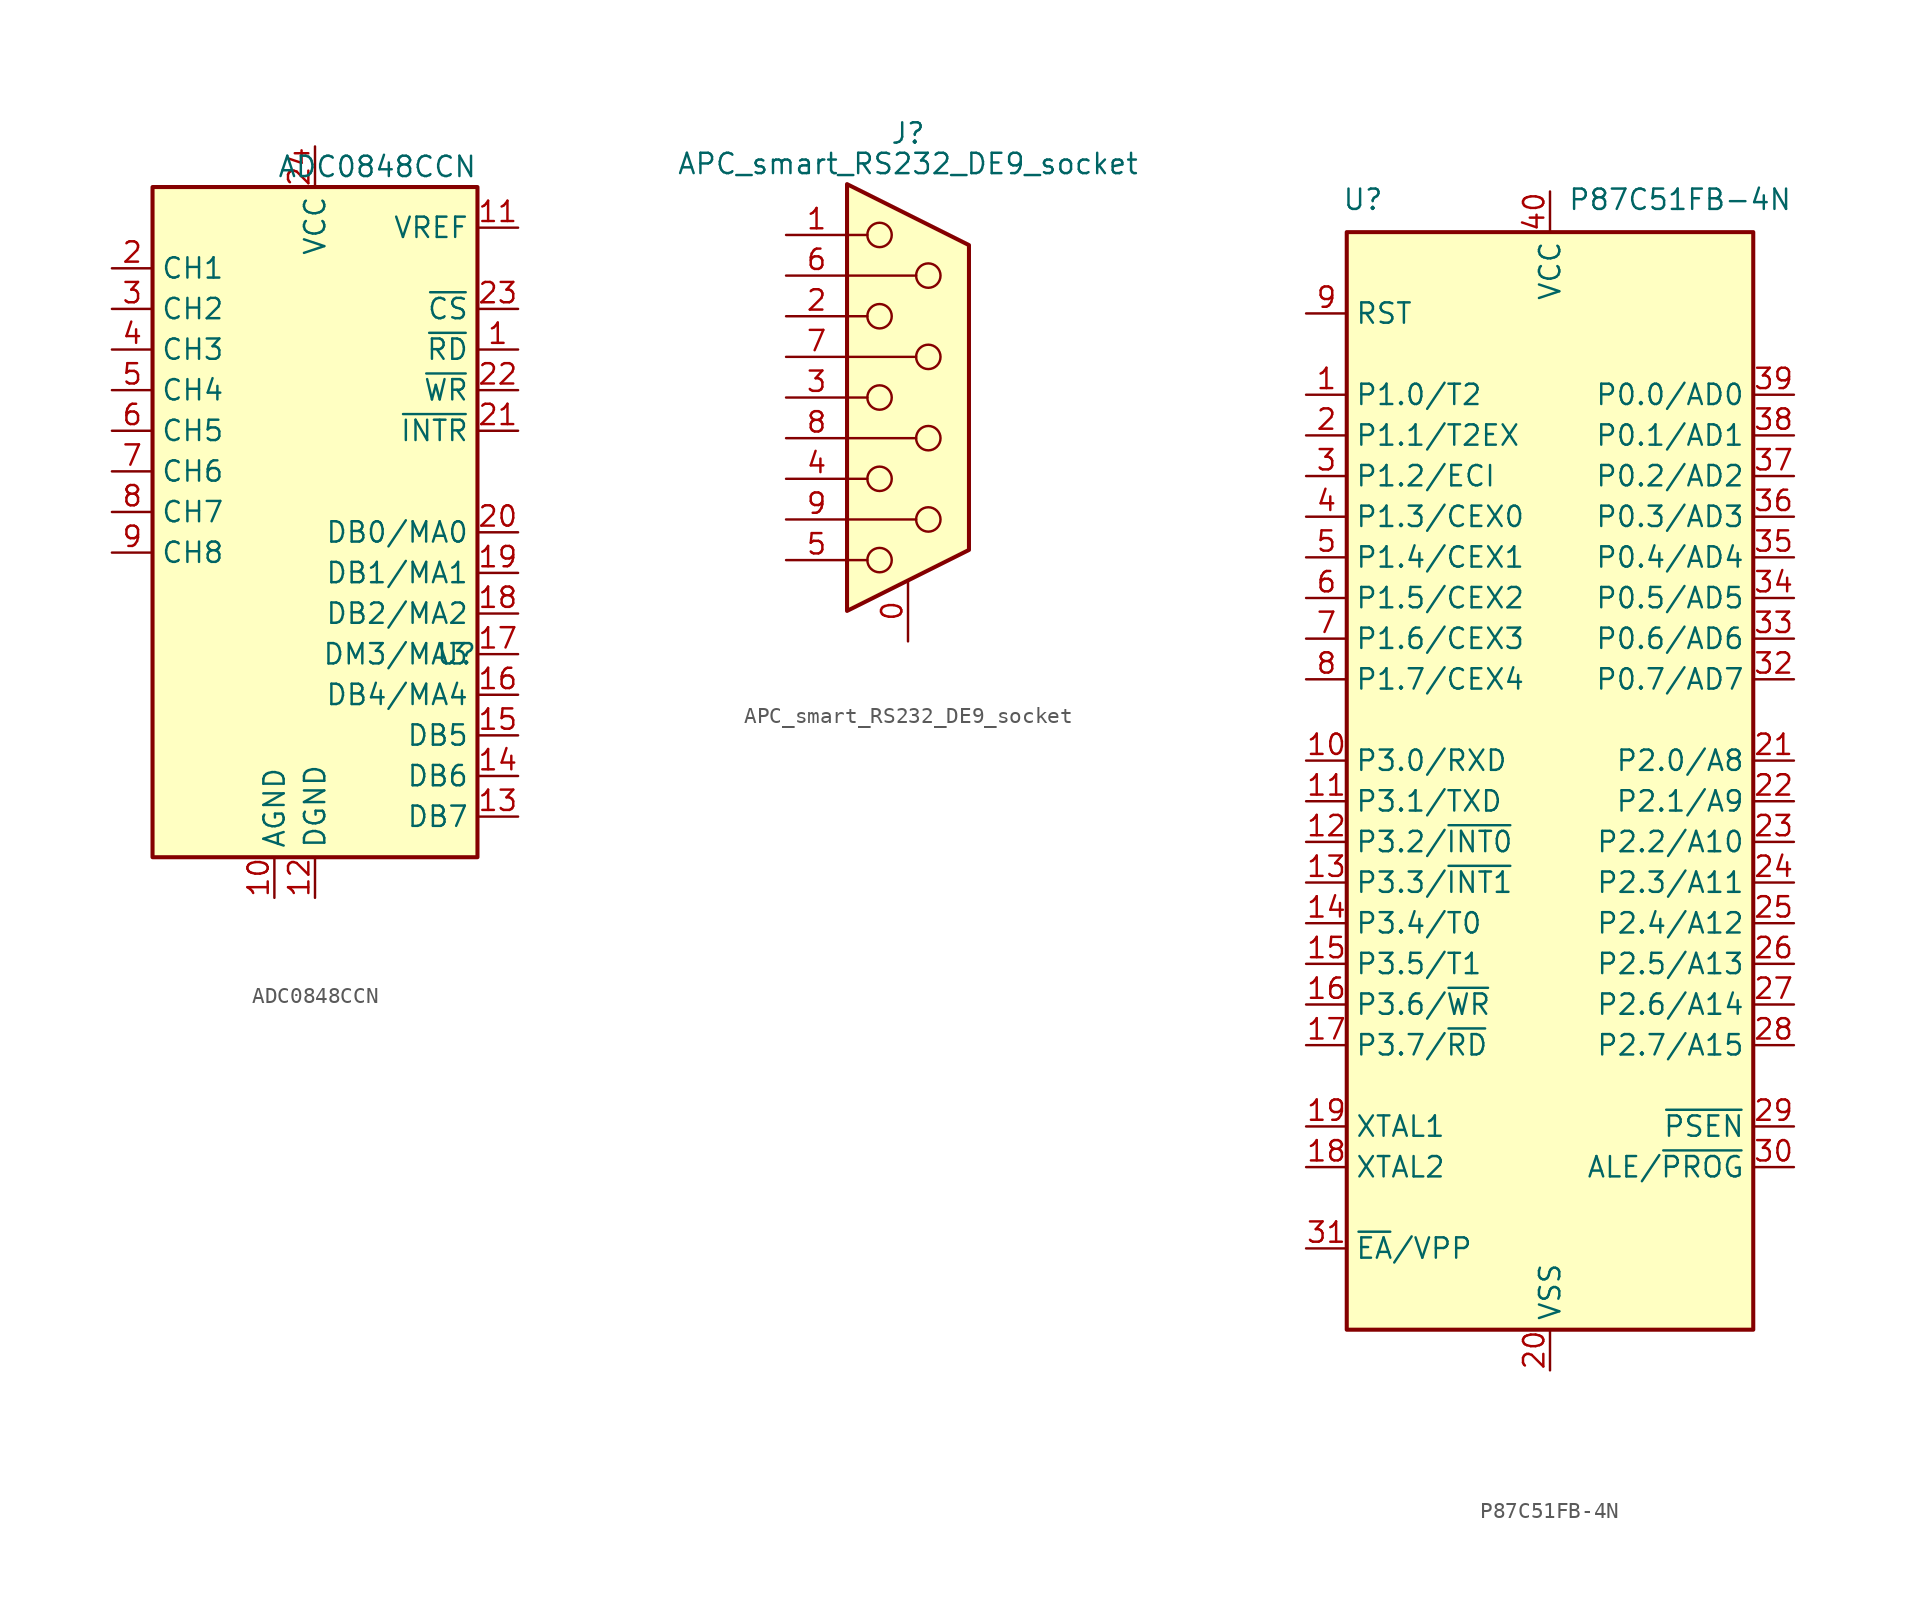
<source format=kicad_sym>
(kicad_symbol_lib
  (version 20241209)
  (generator "kicad_symbol_editor")
  (generator_version "9.0")
  (symbol "ADC0848CCN"
    (property "Reference" "U"
      (at 10.16 -13.97 0)
      (effects (font (size 1.27 1.27)) (justify right)))
    (property "Value" "ADC0848CCN"
      (at 10.16 16.51 0)
      (effects (font (size 1.27 1.27)) (justify right)))
    (symbol "ADC0848CCN_0_1"
      (rectangle (start -10.16 15.24) (end 10.16 -26.67) (stroke (width 0.254) (type default)) (fill (type background))))
    (symbol "ADC0848CCN_1_1"
      (pin input line (at -12.7 10.16 0) (length 2.54) (name "CH1" (effects (font (size 1.27 1.27)))) (number "2" (effects (font (size 1.27 1.27)))))
      (pin input line (at -12.7 7.62 0) (length 2.54) (name "CH2" (effects (font (size 1.27 1.27)))) (number "3" (effects (font (size 1.27 1.27)))))
      (pin input line (at -12.7 5.08 0) (length 2.54) (name "CH3" (effects (font (size 1.27 1.27)))) (number "4" (effects (font (size 1.27 1.27)))))
      (pin input line (at -12.7 2.54 0) (length 2.54) (name "CH4" (effects (font (size 1.27 1.27)))) (number "5" (effects (font (size 1.27 1.27)))))
      (pin input line (at -12.7 0 0) (length 2.54) (name "CH5" (effects (font (size 1.27 1.27)))) (number "6" (effects (font (size 1.27 1.27)))))
      (pin input line (at -12.7 -2.54 0) (length 2.54) (name "CH6" (effects (font (size 1.27 1.27)))) (number "7" (effects (font (size 1.27 1.27)))))
      (pin input line (at -12.7 -5.08 0) (length 2.54) (name "CH7" (effects (font (size 1.27 1.27)))) (number "8" (effects (font (size 1.27 1.27)))))
      (pin input line (at -12.7 -7.62 0) (length 2.54) (name "CH8" (effects (font (size 1.27 1.27)))) (number "9" (effects (font (size 1.27 1.27)))))
      (pin power_in line (at -2.54 -29.21 90) (length 2.54) (name "AGND" (effects (font (size 1.27 1.27)))) (number "10" (effects (font (size 1.27 1.27)))))
      (pin power_in line (at 0 17.78 270) (length 2.54) (name "VCC" (effects (font (size 1.27 1.27)))) (number "24" (effects (font (size 1.27 1.27)))))
      (pin power_in line (at 0 -29.21 90) (length 2.54) (name "DGND" (effects (font (size 1.27 1.27)))) (number "12" (effects (font (size 1.27 1.27)))))
      (pin power_in line (at 12.7 12.7 180) (length 2.54) (name "VREF" (effects (font (size 1.27 1.27)))) (number "11" (effects (font (size 1.27 1.27)))))
      (pin input line (at 12.7 7.62 180) (length 2.54) (name "~{CS}" (effects (font (size 1.27 1.27)))) (number "23" (effects (font (size 1.27 1.27)))))
      (pin input line (at 12.7 5.08 180) (length 2.54) (name "~{RD}" (effects (font (size 1.27 1.27)))) (number "1" (effects (font (size 1.27 1.27)))))
      (pin input line (at 12.7 2.54 180) (length 2.54) (name "~{WR}" (effects (font (size 1.27 1.27)))) (number "22" (effects (font (size 1.27 1.27)))))
      (pin input line (at 12.7 0 180) (length 2.54) (name "~{INTR}" (effects (font (size 1.27 1.27)))) (number "21" (effects (font (size 1.27 1.27)))))
      (pin tri_state line (at 12.7 -6.35 180) (length 2.54) (name "DB0/MA0" (effects (font (size 1.27 1.27)))) (number "20" (effects (font (size 1.27 1.27)))))
      (pin tri_state line (at 12.7 -8.89 180) (length 2.54) (name "DB1/MA1" (effects (font (size 1.27 1.27)))) (number "19" (effects (font (size 1.27 1.27)))))
      (pin tri_state line (at 12.7 -11.43 180) (length 2.54) (name "DB2/MA2" (effects (font (size 1.27 1.27)))) (number "18" (effects (font (size 1.27 1.27)))))
      (pin tri_state line (at 12.7 -13.97 180) (length 2.54) (name "DM3/MA3" (effects (font (size 1.27 1.27)))) (number "17" (effects (font (size 1.27 1.27)))))
      (pin tri_state line (at 12.7 -16.51 180) (length 2.54) (name "DB4/MA4" (effects (font (size 1.27 1.27)))) (number "16" (effects (font (size 1.27 1.27)))))
      (pin tri_state line (at 12.7 -19.05 180) (length 2.54) (name "DB5" (effects (font (size 1.27 1.27)))) (number "15" (effects (font (size 1.27 1.27)))))
      (pin tri_state line (at 12.7 -21.59 180) (length 2.54) (name "DB6" (effects (font (size 1.27 1.27)))) (number "14" (effects (font (size 1.27 1.27)))))
      (pin tri_state line (at 12.7 -24.13 180) (length 2.54) (name "DB7" (effects (font (size 1.27 1.27)))) (number "13" (effects (font (size 1.27 1.27)))))))
  (symbol "APC_smart_RS232_DE9_socket"
    (pin_names
      (offset 1.016)
      (hide yes))
    (property "Reference" "J"
      (at 0 16.51 0)
      (effects (font (size 1.27 1.27))))
    (property "Value" "APC_smart_RS232_DE9_socket"
      (at 0 14.605 0)
      (effects (font (size 1.27 1.27))))
    (symbol "APC_smart_RS232_DE9_socket_0_1"
      (polyline (pts (xy -3.81 13.335) (xy -3.81 -13.335) (xy 3.81 -9.525) (xy 3.81 9.525) (xy -3.81 13.335)) (stroke (width 0.254) (type default)) (fill (type background)))
      (polyline (pts (xy -3.81 10.16) (xy -2.54 10.16)) (stroke (width 0) (type default)) (fill (type none)))
      (polyline (pts (xy -3.81 7.62) (xy 0.508 7.62)) (stroke (width 0) (type default)) (fill (type none)))
      (polyline (pts (xy -3.81 5.08) (xy -2.54 5.08)) (stroke (width 0) (type default)) (fill (type none)))
      (polyline (pts (xy -3.81 2.54) (xy 0.508 2.54)) (stroke (width 0) (type default)) (fill (type none)))
      (polyline (pts (xy -3.81 0) (xy -2.54 0)) (stroke (width 0) (type default)) (fill (type none)))
      (polyline (pts (xy -3.81 -2.54) (xy 0.508 -2.54)) (stroke (width 0) (type default)) (fill (type none)))
      (polyline (pts (xy -3.81 -5.08) (xy -2.54 -5.08)) (stroke (width 0) (type default)) (fill (type none)))
      (polyline (pts (xy -3.81 -7.62) (xy 0.508 -7.62)) (stroke (width 0) (type default)) (fill (type none)))
      (polyline (pts (xy -3.81 -10.16) (xy -2.54 -10.16)) (stroke (width 0) (type default)) (fill (type none)))
      (circle (center -1.778 10.16) (radius 0.762) (stroke (width 0) (type default)) (fill (type none)))
      (circle (center -1.778 5.08) (radius 0.762) (stroke (width 0) (type default)) (fill (type none)))
      (circle (center -1.778 0) (radius 0.762) (stroke (width 0) (type default)) (fill (type none)))
      (circle (center -1.778 -5.08) (radius 0.762) (stroke (width 0) (type default)) (fill (type none)))
      (circle (center -1.778 -10.16) (radius 0.762) (stroke (width 0) (type default)) (fill (type none)))
      (circle (center 1.27 7.62) (radius 0.762) (stroke (width 0) (type default)) (fill (type none)))
      (circle (center 1.27 2.54) (radius 0.762) (stroke (width 0) (type default)) (fill (type none)))
      (circle (center 1.27 -2.54) (radius 0.762) (stroke (width 0) (type default)) (fill (type none)))
      (circle (center 1.27 -7.62) (radius 0.762) (stroke (width 0) (type default)) (fill (type none))))
    (symbol "APC_smart_RS232_DE9_socket_1_1"
      (pin passive line (at -7.62 10.16 0) (length 3.81) (name "TXD" (effects (font (size 1.27 1.27)))) (number "1" (effects (font (size 1.27 1.27)))))
      (pin passive line (at -7.62 7.62 0) (length 3.81) (name "6" (effects (font (size 1.27 1.27)))) (number "6" (effects (font (size 1.27 1.27)))))
      (pin passive line (at -7.62 5.08 0) (length 3.81) (name "RXD" (effects (font (size 1.27 1.27)))) (number "2" (effects (font (size 1.27 1.27)))))
      (pin passive line (at -7.62 2.54 0) (length 3.81) (name "7" (effects (font (size 1.27 1.27)))) (number "7" (effects (font (size 1.27 1.27)))))
      (pin passive line (at -7.62 0 0) (length 3.81) (name "3" (effects (font (size 1.27 1.27)))) (number "3" (effects (font (size 1.27 1.27)))))
      (pin passive line (at -7.62 -2.54 0) (length 3.81) (name "8" (effects (font (size 1.27 1.27)))) (number "8" (effects (font (size 1.27 1.27)))))
      (pin passive line (at -7.62 -5.08 0) (length 3.81) (name "4" (effects (font (size 1.27 1.27)))) (number "4" (effects (font (size 1.27 1.27)))))
      (pin passive line (at -7.62 -7.62 0) (length 3.81) (name "9" (effects (font (size 1.27 1.27)))) (number "9" (effects (font (size 1.27 1.27)))))
      (pin passive line (at -7.62 -10.16 0) (length 3.81) (name "5" (effects (font (size 1.27 1.27)))) (number "5" (effects (font (size 1.27 1.27)))))
      (pin passive line (at 0 -15.24 90) (length 3.81) (name "GND" (effects (font (size 1.27 1.27)))) (number "0" (effects (font (size 1.27 1.27)))))))
  (symbol "P87C51FB-4N"
    (property "Reference" "U"
      (at -11.684 35.052 0)
      (effects (font (size 1.27 1.27))))
    (property "Value" "P87C51FB-4N"
      (at 8.128 35.052 0)
      (effects (font (size 1.27 1.27))))
    (symbol "P87C51FB-4N_1_0"
      (pin bidirectional line (at -15.24 17.78 0) (length 2.54) (name "P1.2/ECI" (effects (font (size 1.27 1.27)))) (number "3" (effects (font (size 1.27 1.27))))))
    (symbol "P87C51FB-4N_1_1"
      (polyline (pts (xy -12.7 33.02) (xy 12.7 33.02) (xy 12.7 -35.56) (xy -12.7 -35.56) (xy -12.7 33.02)) (stroke (width 0.254) (type default)) (fill (type background)))
      (pin input line (at -15.24 27.94 0) (length 2.54) (name "RST" (effects (font (size 1.27 1.27)))) (number "9" (effects (font (size 1.27 1.27)))))
      (pin bidirectional line (at -15.24 22.86 0) (length 2.54) (name "P1.0/T2" (effects (font (size 1.27 1.27)))) (number "1" (effects (font (size 1.27 1.27)))))
      (pin bidirectional line (at -15.24 20.32 0) (length 2.54) (name "P1.1/T2EX" (effects (font (size 1.27 1.27)))) (number "2" (effects (font (size 1.27 1.27)))))
      (pin bidirectional line (at -15.24 15.24 0) (length 2.54) (name "P1.3/CEX0" (effects (font (size 1.27 1.27)))) (number "4" (effects (font (size 1.27 1.27)))))
      (pin bidirectional line (at -15.24 12.7 0) (length 2.54) (name "P1.4/CEX1" (effects (font (size 1.27 1.27)))) (number "5" (effects (font (size 1.27 1.27)))))
      (pin bidirectional line (at -15.24 10.16 0) (length 2.54) (name "P1.5/CEX2" (effects (font (size 1.27 1.27)))) (number "6" (effects (font (size 1.27 1.27)))) (alternate "MOSI" output line))
      (pin bidirectional line (at -15.24 7.62 0) (length 2.54) (name "P1.6/CEX3" (effects (font (size 1.27 1.27)))) (number "7" (effects (font (size 1.27 1.27)))) (alternate "MISO" input line))
      (pin bidirectional line (at -15.24 5.08 0) (length 2.54) (name "P1.7/CEX4" (effects (font (size 1.27 1.27)))) (number "8" (effects (font (size 1.27 1.27)))))
      (pin bidirectional line (at -15.24 0 0) (length 2.54) (name "P3.0/RXD" (effects (font (size 1.27 1.27)))) (number "10" (effects (font (size 1.27 1.27)))) (alternate "RXD" input line))
      (pin bidirectional line (at -15.24 -2.54 0) (length 2.54) (name "P3.1/TXD" (effects (font (size 1.27 1.27)))) (number "11" (effects (font (size 1.27 1.27)))) (alternate "TXD" output line))
      (pin bidirectional line (at -15.24 -5.08 0) (length 2.54) (name "P3.2/~{INT0}" (effects (font (size 1.27 1.27)))) (number "12" (effects (font (size 1.27 1.27)))) (alternate "~{INT0}" input line))
      (pin bidirectional line (at -15.24 -7.62 0) (length 2.54) (name "P3.3/~{INT1}" (effects (font (size 1.27 1.27)))) (number "13" (effects (font (size 1.27 1.27)))) (alternate "~{INT1}" input line))
      (pin bidirectional line (at -15.24 -10.16 0) (length 2.54) (name "P3.4/T0" (effects (font (size 1.27 1.27)))) (number "14" (effects (font (size 1.27 1.27)))) (alternate "T0" input line))
      (pin bidirectional line (at -15.24 -12.7 0) (length 2.54) (name "P3.5/T1" (effects (font (size 1.27 1.27)))) (number "15" (effects (font (size 1.27 1.27)))) (alternate "T1" input line))
      (pin bidirectional line (at -15.24 -15.24 0) (length 2.54) (name "P3.6/~{WR}" (effects (font (size 1.27 1.27)))) (number "16" (effects (font (size 1.27 1.27)))) (alternate "~{WR}" output line))
      (pin bidirectional line (at -15.24 -17.78 0) (length 2.54) (name "P3.7/~{RD}" (effects (font (size 1.27 1.27)))) (number "17" (effects (font (size 1.27 1.27)))) (alternate "~{RD}" input line))
      (pin input line (at -15.24 -22.86 0) (length 2.54) (name "XTAL1" (effects (font (size 1.27 1.27)))) (number "19" (effects (font (size 1.27 1.27)))))
      (pin output line (at -15.24 -25.4 0) (length 2.54) (name "XTAL2" (effects (font (size 1.27 1.27)))) (number "18" (effects (font (size 1.27 1.27)))))
      (pin input line (at -15.24 -30.48 0) (length 2.54) (name "~{EA}/VPP" (effects (font (size 1.27 1.27)))) (number "31" (effects (font (size 1.27 1.27)))))
      (pin power_in line (at 0 35.56 270) (length 2.54) (name "VCC" (effects (font (size 1.27 1.27)))) (number "40" (effects (font (size 1.27 1.27)))))
      (pin power_in line (at 0 -38.1 90) (length 2.54) (name "VSS" (effects (font (size 1.27 1.27)))) (number "20" (effects (font (size 1.27 1.27)))))
      (pin bidirectional line (at 15.24 22.86 180) (length 2.54) (name "P0.0/AD0" (effects (font (size 1.27 1.27)))) (number "39" (effects (font (size 1.27 1.27)))))
      (pin bidirectional line (at 15.24 20.32 180) (length 2.54) (name "P0.1/AD1" (effects (font (size 1.27 1.27)))) (number "38" (effects (font (size 1.27 1.27)))))
      (pin bidirectional line (at 15.24 17.78 180) (length 2.54) (name "P0.2/AD2" (effects (font (size 1.27 1.27)))) (number "37" (effects (font (size 1.27 1.27)))))
      (pin bidirectional line (at 15.24 15.24 180) (length 2.54) (name "P0.3/AD3" (effects (font (size 1.27 1.27)))) (number "36" (effects (font (size 1.27 1.27)))))
      (pin bidirectional line (at 15.24 12.7 180) (length 2.54) (name "P0.4/AD4" (effects (font (size 1.27 1.27)))) (number "35" (effects (font (size 1.27 1.27)))))
      (pin bidirectional line (at 15.24 10.16 180) (length 2.54) (name "P0.5/AD5" (effects (font (size 1.27 1.27)))) (number "34" (effects (font (size 1.27 1.27)))))
      (pin bidirectional line (at 15.24 7.62 180) (length 2.54) (name "P0.6/AD6" (effects (font (size 1.27 1.27)))) (number "33" (effects (font (size 1.27 1.27)))))
      (pin bidirectional line (at 15.24 5.08 180) (length 2.54) (name "P0.7/AD7" (effects (font (size 1.27 1.27)))) (number "32" (effects (font (size 1.27 1.27)))))
      (pin bidirectional line (at 15.24 0 180) (length 2.54) (name "P2.0/A8" (effects (font (size 1.27 1.27)))) (number "21" (effects (font (size 1.27 1.27)))))
      (pin bidirectional line (at 15.24 -2.54 180) (length 2.54) (name "P2.1/A9" (effects (font (size 1.27 1.27)))) (number "22" (effects (font (size 1.27 1.27)))))
      (pin bidirectional line (at 15.24 -5.08 180) (length 2.54) (name "P2.2/A10" (effects (font (size 1.27 1.27)))) (number "23" (effects (font (size 1.27 1.27)))))
      (pin bidirectional line (at 15.24 -7.62 180) (length 2.54) (name "P2.3/A11" (effects (font (size 1.27 1.27)))) (number "24" (effects (font (size 1.27 1.27)))))
      (pin bidirectional line (at 15.24 -10.16 180) (length 2.54) (name "P2.4/A12" (effects (font (size 1.27 1.27)))) (number "25" (effects (font (size 1.27 1.27)))))
      (pin bidirectional line (at 15.24 -12.7 180) (length 2.54) (name "P2.5/A13" (effects (font (size 1.27 1.27)))) (number "26" (effects (font (size 1.27 1.27)))))
      (pin bidirectional line (at 15.24 -15.24 180) (length 2.54) (name "P2.6/A14" (effects (font (size 1.27 1.27)))) (number "27" (effects (font (size 1.27 1.27)))))
      (pin bidirectional line (at 15.24 -17.78 180) (length 2.54) (name "P2.7/A15" (effects (font (size 1.27 1.27)))) (number "28" (effects (font (size 1.27 1.27)))))
      (pin output line (at 15.24 -22.86 180) (length 2.54) (name "~{PSEN}" (effects (font (size 1.27 1.27)))) (number "29" (effects (font (size 1.27 1.27)))))
      (pin output line (at 15.24 -25.4 180) (length 2.54) (name "ALE/~{PROG}" (effects (font (size 1.27 1.27)))) (number "30" (effects (font (size 1.27 1.27)))) (alternate "~{PROG}" input line)))))
</source>
